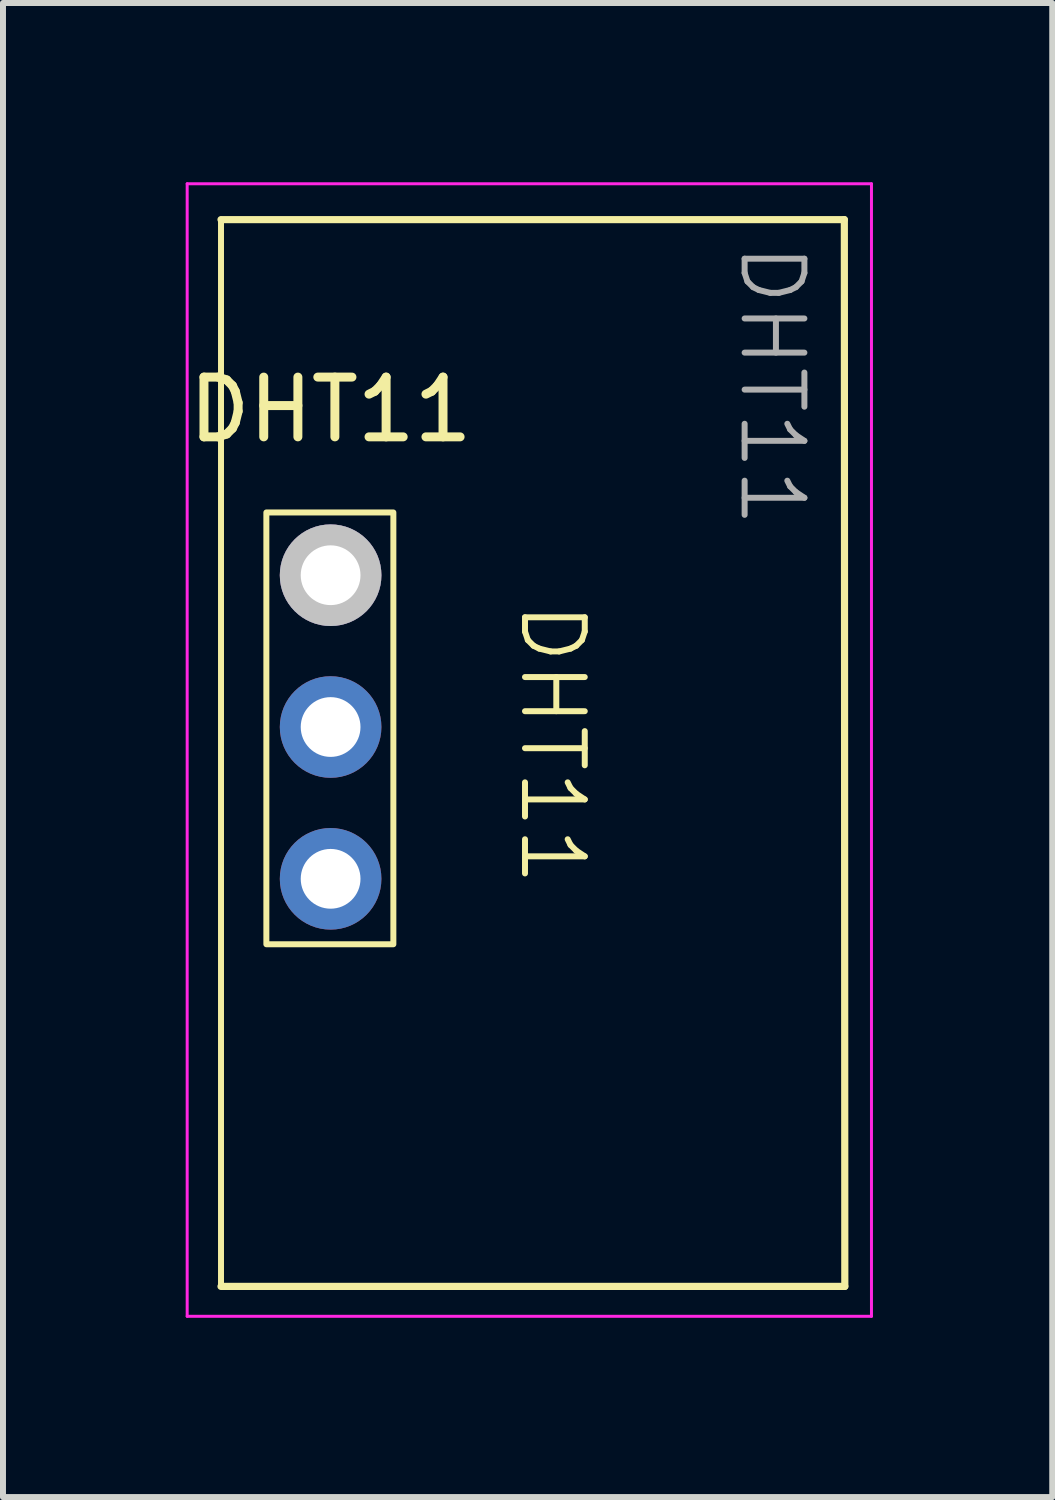
<source format=kicad_pcb>
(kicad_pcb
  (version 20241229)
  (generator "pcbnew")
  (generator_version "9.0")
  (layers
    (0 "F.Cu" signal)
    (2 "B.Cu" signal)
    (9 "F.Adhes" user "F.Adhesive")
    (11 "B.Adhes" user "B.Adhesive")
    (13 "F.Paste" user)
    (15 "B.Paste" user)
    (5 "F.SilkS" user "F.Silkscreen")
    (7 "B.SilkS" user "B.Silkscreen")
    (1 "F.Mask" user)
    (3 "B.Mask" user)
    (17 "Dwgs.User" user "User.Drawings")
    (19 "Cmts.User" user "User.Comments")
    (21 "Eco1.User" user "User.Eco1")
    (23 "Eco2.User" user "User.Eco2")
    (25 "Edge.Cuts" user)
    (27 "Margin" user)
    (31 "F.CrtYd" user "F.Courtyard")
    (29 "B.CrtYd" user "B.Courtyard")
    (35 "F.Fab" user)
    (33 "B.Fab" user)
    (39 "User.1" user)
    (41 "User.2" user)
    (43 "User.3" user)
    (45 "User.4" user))
  (footprint "DHT11"
    (layer "F.Cu")
    (at 4.532 15.525)
    (property "Reference" "DHT11" (at -2.05 -11.72 0) (layer "F.SilkS") (effects (font (size 1 1) (thickness 0.15))))
    (attr through_hole)
    (fp_line (start -3.884 -14.9) (end -3.884 2.95) (stroke (width 0.1) (type default)) (layer "F.SilkS"))
    (fp_line (start -3.884 -14.9) (end 6.546 -14.9) (stroke (width 0.12) (type solid)) (layer "F.SilkS"))
    (fp_line (start -3.884 2.95) (end 6.554 2.95) (stroke (width 0.12) (type solid)) (layer "F.SilkS"))
    (fp_line (start 6.546 -14.9) (end 6.554 2.95) (stroke (width 0.12) (type solid)) (layer "F.SilkS"))
    (fp_rect (start -3.125 -10) (end -1 -2.775) (stroke (width 0.1) (type default)) (fill no) (layer "F.SilkS"))
    (fp_line (start -4.45 3.45) (end -4.45 -15.5) (stroke (width 0.05) (type solid)) (layer "F.CrtYd"))
    (fp_line (start 7 -15.5) (end -4.45 -15.5) (stroke (width 0.05) (type solid)) (layer "F.CrtYd"))
    (fp_line (start 7 3.45) (end -4.45 3.45) (stroke (width 0.05) (type solid)) (layer "F.CrtYd"))
    (fp_line (start 7 3.45) (end 7 -15.5) (stroke (width 0.05) (type solid)) (layer "F.CrtYd"))
    (fp_text user "DHT11" (at 1.075 -8.55 270) (unlocked yes) (layer "F.SilkS") (effects (font (size 1 1) (thickness 0.1)) (justify left bottom)))
    (fp_text user "DHT11" (at 4.75 -14.55 270) (unlocked yes) (layer "F.Fab") (effects (font (size 1 1) (thickness 0.1)) (justify left bottom)))
    (pad "1" thru_hole circle (at -2.05 -8.95) (size 1.7 1.7) (drill 1) (layers "*.Cu" "*.Mask" "Dwgs.User"))
    (pad "2" thru_hole circle (at -2.05 -6.41) (size 1.7 1.7) (drill 1) (layers "*.Cu" "*.Mask"))
    (pad "3" thru_hole circle (at -2.05 -3.87) (size 1.7 1.7) (drill 1) (layers "*.Cu" "*.Mask")))
  (gr_rect
    (start -3 -3)
    (end 14.557 22)
    (stroke (width 0.1) (type default))
    (fill no)
    (layer "Edge.Cuts")))
</source>
